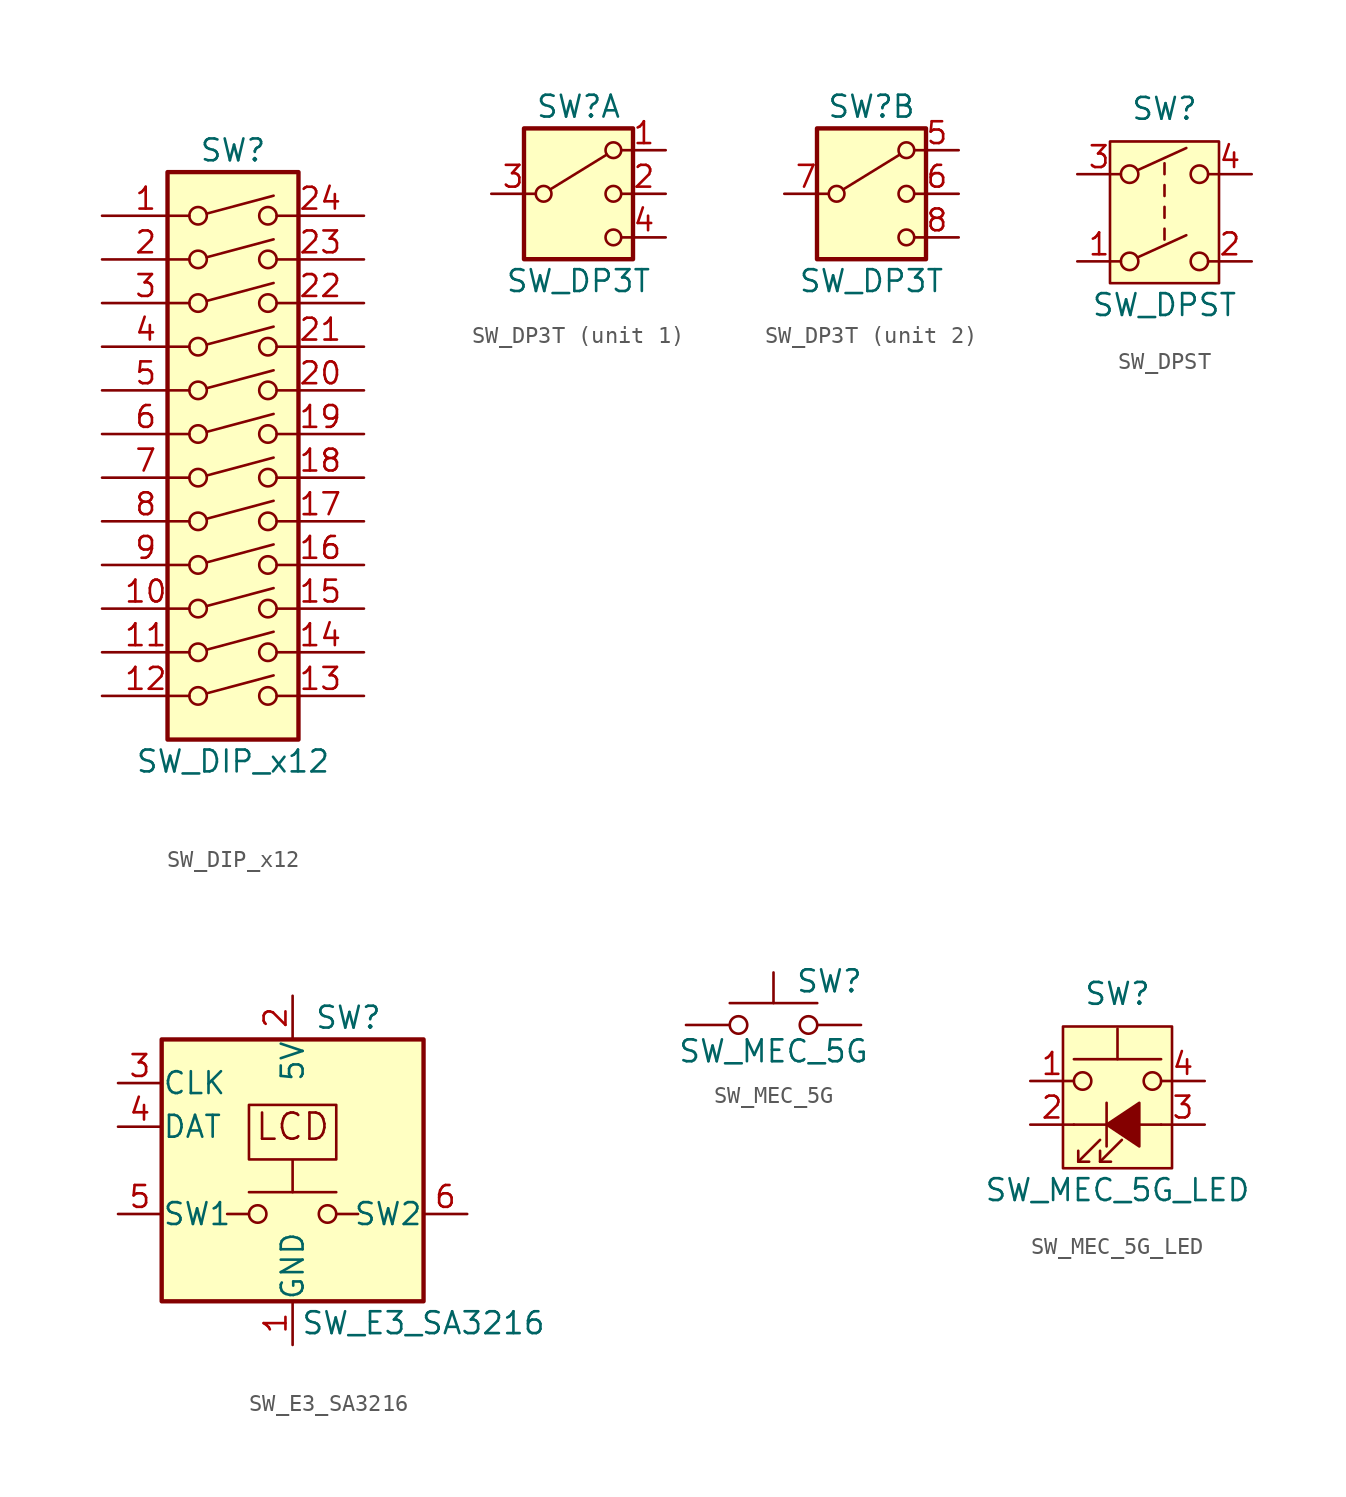
<source format=kicad_sym>
(kicad_symbol_lib
  (version 20231120)
  (generator "kicad_symbol_editor")
  (generator_version "8.0")
  (symbol "SW_DIP_x12"
    (pin_names
      (offset 0) hide)
    (property "Reference" "SW"
      (at 0 19.05 0)
      (effects (font (size 1.27 1.27))))
    (property "Value" "SW_DIP_x12"
      (at 0 -16.51 0)
      (effects (font (size 1.27 1.27))))
    (symbol "SW_DIP_x12_0_0"
      (circle (center -2.032 -12.7) (radius 0.508) (stroke (width 0) (type default)) (fill (type none)))
      (circle (center -2.032 -10.16) (radius 0.508) (stroke (width 0) (type default)) (fill (type none)))
      (circle (center -2.032 -7.62) (radius 0.508) (stroke (width 0) (type default)) (fill (type none)))
      (circle (center -2.032 -5.08) (radius 0.508) (stroke (width 0) (type default)) (fill (type none)))
      (circle (center -2.032 -2.54) (radius 0.508) (stroke (width 0) (type default)) (fill (type none)))
      (circle (center -2.032 0) (radius 0.508) (stroke (width 0) (type default)) (fill (type none)))
      (circle (center -2.032 2.54) (radius 0.508) (stroke (width 0) (type default)) (fill (type none)))
      (circle (center -2.032 5.08) (radius 0.508) (stroke (width 0) (type default)) (fill (type none)))
      (circle (center -2.032 7.62) (radius 0.508) (stroke (width 0) (type default)) (fill (type none)))
      (circle (center -2.032 10.16) (radius 0.508) (stroke (width 0) (type default)) (fill (type none)))
      (circle (center -2.032 12.7) (radius 0.508) (stroke (width 0) (type default)) (fill (type none)))
      (circle (center -2.032 15.24) (radius 0.508) (stroke (width 0) (type default)) (fill (type none)))
      (polyline (pts (xy -1.524 -12.548) (xy 2.362 -11.506)) (stroke (width 0) (type default)) (fill (type none)))
      (polyline (pts (xy -1.524 -10.008) (xy 2.362 -8.966)) (stroke (width 0) (type default)) (fill (type none)))
      (polyline (pts (xy -1.524 -7.468) (xy 2.362 -6.426)) (stroke (width 0) (type default)) (fill (type none)))
      (polyline (pts (xy -1.524 -4.928) (xy 2.362 -3.886)) (stroke (width 0) (type default)) (fill (type none)))
      (polyline (pts (xy -1.524 -2.388) (xy 2.362 -1.346)) (stroke (width 0) (type default)) (fill (type none)))
      (polyline (pts (xy -1.524 0.127) (xy 2.362 1.168)) (stroke (width 0) (type default)) (fill (type none)))
      (polyline (pts (xy -1.524 2.667) (xy 2.362 3.708)) (stroke (width 0) (type default)) (fill (type none)))
      (polyline (pts (xy -1.524 5.207) (xy 2.362 6.248)) (stroke (width 0) (type default)) (fill (type none)))
      (polyline (pts (xy -1.524 7.747) (xy 2.362 8.788)) (stroke (width 0) (type default)) (fill (type none)))
      (polyline (pts (xy -1.524 10.287) (xy 2.362 11.328)) (stroke (width 0) (type default)) (fill (type none)))
      (polyline (pts (xy -1.524 12.827) (xy 2.362 13.868)) (stroke (width 0) (type default)) (fill (type none)))
      (polyline (pts (xy -1.524 15.367) (xy 2.362 16.408)) (stroke (width 0) (type default)) (fill (type none)))
      (circle (center 2.032 -12.7) (radius 0.508) (stroke (width 0) (type default)) (fill (type none)))
      (circle (center 2.032 -10.16) (radius 0.508) (stroke (width 0) (type default)) (fill (type none)))
      (circle (center 2.032 -7.62) (radius 0.508) (stroke (width 0) (type default)) (fill (type none)))
      (circle (center 2.032 -5.08) (radius 0.508) (stroke (width 0) (type default)) (fill (type none)))
      (circle (center 2.032 -2.54) (radius 0.508) (stroke (width 0) (type default)) (fill (type none)))
      (circle (center 2.032 0) (radius 0.508) (stroke (width 0) (type default)) (fill (type none)))
      (circle (center 2.032 2.54) (radius 0.508) (stroke (width 0) (type default)) (fill (type none)))
      (circle (center 2.032 5.08) (radius 0.508) (stroke (width 0) (type default)) (fill (type none)))
      (circle (center 2.032 7.62) (radius 0.508) (stroke (width 0) (type default)) (fill (type none)))
      (circle (center 2.032 10.16) (radius 0.508) (stroke (width 0) (type default)) (fill (type none)))
      (circle (center 2.032 12.7) (radius 0.508) (stroke (width 0) (type default)) (fill (type none)))
      (circle (center 2.032 15.24) (radius 0.508) (stroke (width 0) (type default)) (fill (type none))))
    (symbol "SW_DIP_x12_1_1"
      (rectangle (start -3.81 17.78) (end 3.81 -15.24) (stroke (width 0.254) (type default)) (fill (type background)))
      (pin passive line (at -7.62 15.24 0) (length 5.08) (name "~" (effects (font (size 1.27 1.27)))) (number "1" (effects (font (size 1.27 1.27)))))
      (pin passive line (at -7.62 -7.62 0) (length 5.08) (name "~" (effects (font (size 1.27 1.27)))) (number "10" (effects (font (size 1.27 1.27)))))
      (pin passive line (at -7.62 -10.16 0) (length 5.08) (name "~" (effects (font (size 1.27 1.27)))) (number "11" (effects (font (size 1.27 1.27)))))
      (pin passive line (at -7.62 -12.7 0) (length 5.08) (name "~" (effects (font (size 1.27 1.27)))) (number "12" (effects (font (size 1.27 1.27)))))
      (pin passive line (at 7.62 -12.7 180) (length 5.08) (name "~" (effects (font (size 1.27 1.27)))) (number "13" (effects (font (size 1.27 1.27)))))
      (pin passive line (at 7.62 -10.16 180) (length 5.08) (name "~" (effects (font (size 1.27 1.27)))) (number "14" (effects (font (size 1.27 1.27)))))
      (pin passive line (at 7.62 -7.62 180) (length 5.08) (name "~" (effects (font (size 1.27 1.27)))) (number "15" (effects (font (size 1.27 1.27)))))
      (pin passive line (at 7.62 -5.08 180) (length 5.08) (name "~" (effects (font (size 1.27 1.27)))) (number "16" (effects (font (size 1.27 1.27)))))
      (pin passive line (at 7.62 -2.54 180) (length 5.08) (name "~" (effects (font (size 1.27 1.27)))) (number "17" (effects (font (size 1.27 1.27)))))
      (pin passive line (at 7.62 0 180) (length 5.08) (name "~" (effects (font (size 1.27 1.27)))) (number "18" (effects (font (size 1.27 1.27)))))
      (pin passive line (at 7.62 2.54 180) (length 5.08) (name "~" (effects (font (size 1.27 1.27)))) (number "19" (effects (font (size 1.27 1.27)))))
      (pin passive line (at -7.62 12.7 0) (length 5.08) (name "~" (effects (font (size 1.27 1.27)))) (number "2" (effects (font (size 1.27 1.27)))))
      (pin passive line (at 7.62 5.08 180) (length 5.08) (name "~" (effects (font (size 1.27 1.27)))) (number "20" (effects (font (size 1.27 1.27)))))
      (pin passive line (at 7.62 7.62 180) (length 5.08) (name "~" (effects (font (size 1.27 1.27)))) (number "21" (effects (font (size 1.27 1.27)))))
      (pin passive line (at 7.62 10.16 180) (length 5.08) (name "~" (effects (font (size 1.27 1.27)))) (number "22" (effects (font (size 1.27 1.27)))))
      (pin passive line (at 7.62 12.7 180) (length 5.08) (name "~" (effects (font (size 1.27 1.27)))) (number "23" (effects (font (size 1.27 1.27)))))
      (pin passive line (at 7.62 15.24 180) (length 5.08) (name "~" (effects (font (size 1.27 1.27)))) (number "24" (effects (font (size 1.27 1.27)))))
      (pin passive line (at -7.62 10.16 0) (length 5.08) (name "~" (effects (font (size 1.27 1.27)))) (number "3" (effects (font (size 1.27 1.27)))))
      (pin passive line (at -7.62 7.62 0) (length 5.08) (name "~" (effects (font (size 1.27 1.27)))) (number "4" (effects (font (size 1.27 1.27)))))
      (pin passive line (at -7.62 5.08 0) (length 5.08) (name "~" (effects (font (size 1.27 1.27)))) (number "5" (effects (font (size 1.27 1.27)))))
      (pin passive line (at -7.62 2.54 0) (length 5.08) (name "~" (effects (font (size 1.27 1.27)))) (number "6" (effects (font (size 1.27 1.27)))))
      (pin passive line (at -7.62 0 0) (length 5.08) (name "~" (effects (font (size 1.27 1.27)))) (number "7" (effects (font (size 1.27 1.27)))))
      (pin passive line (at -7.62 -2.54 0) (length 5.08) (name "~" (effects (font (size 1.27 1.27)))) (number "8" (effects (font (size 1.27 1.27)))))
      (pin passive line (at -7.62 -5.08 0) (length 5.08) (name "~" (effects (font (size 1.27 1.27)))) (number "9" (effects (font (size 1.27 1.27)))))))
  (symbol "SW_DP3T"
    (pin_names
      (offset 0) hide)
    (property "Reference" "SW"
      (at 0 5.08 0)
      (effects (font (size 1.27 1.27))))
    (property "Value" "SW_DP3T"
      (at 0 -5.08 0)
      (effects (font (size 1.27 1.27))))
    (symbol "SW_DP3T_0_1"
      (rectangle (start -3.175 3.81) (end 3.175 -3.81) (stroke (width 0.254) (type default)) (fill (type background)))
      (circle (center -2.032 0) (radius 0.457) (stroke (width 0) (type default)) (fill (type none)))
      (polyline (pts (xy -1.651 0.254) (xy 1.651 2.286)) (stroke (width 0) (type default)) (fill (type none)))
      (circle (center 2.032 -2.54) (radius 0.457) (stroke (width 0) (type default)) (fill (type none)))
      (circle (center 2.032 0) (radius 0.457) (stroke (width 0) (type default)) (fill (type none)))
      (circle (center 2.032 2.54) (radius 0.457) (stroke (width 0) (type default)) (fill (type none))))
    (symbol "SW_DP3T_1_1"
      (pin passive line (at 5.08 2.54 180) (length 2.54) (name "1" (effects (font (size 1.27 1.27)))) (number "1" (effects (font (size 1.27 1.27)))))
      (pin passive line (at 5.08 0 180) (length 2.54) (name "2" (effects (font (size 1.27 1.27)))) (number "2" (effects (font (size 1.27 1.27)))))
      (pin passive line (at -5.08 0 0) (length 2.54) (name "3" (effects (font (size 1.27 1.27)))) (number "3" (effects (font (size 1.27 1.27)))))
      (pin passive line (at 5.08 -2.54 180) (length 2.54) (name "4" (effects (font (size 1.27 1.27)))) (number "4" (effects (font (size 1.27 1.27))))))
    (symbol "SW_DP3T_2_1"
      (pin passive line (at 5.08 2.54 180) (length 2.54) (name "5" (effects (font (size 1.27 1.27)))) (number "5" (effects (font (size 1.27 1.27)))))
      (pin passive line (at 5.08 0 180) (length 2.54) (name "6" (effects (font (size 1.27 1.27)))) (number "6" (effects (font (size 1.27 1.27)))))
      (pin passive line (at -5.08 0 0) (length 2.54) (name "7" (effects (font (size 1.27 1.27)))) (number "7" (effects (font (size 1.27 1.27)))))
      (pin passive line (at 5.08 -2.54 180) (length 2.54) (name "8" (effects (font (size 1.27 1.27)))) (number "8" (effects (font (size 1.27 1.27)))))))
  (symbol "SW_DPST"
    (pin_names
      (offset 0) hide)
    (property "Reference" "SW"
      (at 0 6.35 0)
      (effects (font (size 1.27 1.27))))
    (property "Value" "SW_DPST"
      (at 0 -5.08 0)
      (effects (font (size 1.27 1.27))))
    (symbol "SW_DPST_0_0"
      (circle (center -2.032 -2.54) (radius 0.508) (stroke (width 0) (type default)) (fill (type none)))
      (circle (center -2.032 2.54) (radius 0.508) (stroke (width 0) (type default)) (fill (type none)))
      (polyline (pts (xy -1.524 -2.286) (xy 1.27 -1.016)) (stroke (width 0) (type default)) (fill (type none)))
      (polyline (pts (xy -1.524 2.794) (xy 1.27 4.064)) (stroke (width 0) (type default)) (fill (type none)))
      (polyline (pts (xy 0 -1.27) (xy 0 -0.635)) (stroke (width 0) (type default)) (fill (type none)))
      (polyline (pts (xy 0 0) (xy 0 0.635)) (stroke (width 0) (type default)) (fill (type none)))
      (polyline (pts (xy 0 1.27) (xy 0 1.905)) (stroke (width 0) (type default)) (fill (type none)))
      (polyline (pts (xy 0 2.54) (xy 0 3.175)) (stroke (width 0) (type default)) (fill (type none)))
      (circle (center 2.032 -2.54) (radius 0.508) (stroke (width 0) (type default)) (fill (type none)))
      (circle (center 2.032 2.54) (radius 0.508) (stroke (width 0) (type default)) (fill (type none))))
    (symbol "SW_DPST_1_1"
      (rectangle (start -3.175 4.445) (end 3.175 -3.81) (stroke (width 0) (type default)) (fill (type background)))
      (pin passive line (at -5.08 -2.54 0) (length 2.54) (name "1" (effects (font (size 1.27 1.27)))) (number "1" (effects (font (size 1.27 1.27)))))
      (pin passive line (at 5.08 -2.54 180) (length 2.54) (name "2" (effects (font (size 1.27 1.27)))) (number "2" (effects (font (size 1.27 1.27)))))
      (pin passive line (at -5.08 2.54 0) (length 2.54) (name "3" (effects (font (size 1.27 1.27)))) (number "3" (effects (font (size 1.27 1.27)))))
      (pin passive line (at 5.08 2.54 180) (length 2.54) (name "4" (effects (font (size 1.27 1.27)))) (number "4" (effects (font (size 1.27 1.27)))))))
  (symbol "SW_E3_SA3216"
    (pin_names
      (offset 0.025))
    (property "Reference" "SW"
      (at 1.27 8.89 0)
      (effects (font (size 1.27 1.27)) (justify left)))
    (property "Value" "SW_E3_SA3216"
      (at 7.62 -8.89 0)
      (effects (font (size 1.27 1.27))))
    (symbol "SW_E3_SA3216_0_0"
      (rectangle (start -7.62 7.62) (end 7.62 -7.62) (stroke (width 0.254) (type default)) (fill (type background)))
      (polyline (pts (xy -2.54 -2.54) (xy -3.81 -2.54)) (stroke (width 0) (type default)) (fill (type none)))
      (polyline (pts (xy 2.54 -2.54) (xy 3.81 -2.54)) (stroke (width 0) (type default)) (fill (type none)))
      (text "LCD" (at 0 2.54 0) (effects (font (size 1.524 1.524)))))
    (symbol "SW_E3_SA3216_0_1"
      (circle (center -2.032 -2.54) (radius 0.508) (stroke (width 0) (type default)) (fill (type none)))
      (polyline (pts (xy 2.54 -1.27) (xy -2.54 -1.27)) (stroke (width 0) (type default)) (fill (type none)))
      (polyline (pts (xy 0 -1.27) (xy 0 0.635) (xy -2.54 0.635) (xy -2.54 3.81) (xy 2.54 3.81) (xy 2.54 0.635) (xy 0 0.635)) (stroke (width 0) (type default)) (fill (type none)))
      (circle (center 2.032 -2.54) (radius 0.508) (stroke (width 0) (type default)) (fill (type none)))
      (pin power_in line (at 0 -10.16 90) (length 2.54) (name "GND" (effects (font (size 1.27 1.27)))) (number "1" (effects (font (size 1.27 1.27)))))
      (pin power_in line (at 0 10.16 270) (length 2.54) (name "5V" (effects (font (size 1.27 1.27)))) (number "2" (effects (font (size 1.27 1.27)))))
      (pin input line (at -10.16 5.08 0) (length 2.54) (name "CLK" (effects (font (size 1.27 1.27)))) (number "3" (effects (font (size 1.27 1.27)))))
      (pin input line (at -10.16 2.54 0) (length 2.54) (name "DAT" (effects (font (size 1.27 1.27)))) (number "4" (effects (font (size 1.27 1.27))))))
    (symbol "SW_E3_SA3216_1_1"
      (pin passive line (at -10.16 -2.54 0) (length 2.54) (name "SW1" (effects (font (size 1.27 1.27)))) (number "5" (effects (font (size 1.27 1.27)))))
      (pin passive line (at 10.16 -2.54 180) (length 2.54) (name "SW2" (effects (font (size 1.27 1.27)))) (number "6" (effects (font (size 1.27 1.27)))))))
  (symbol "SW_MEC_5G"
    (pin_numbers hide)
    (pin_names
      (offset 1.016) hide)
    (property "Reference" "SW"
      (at 1.27 2.54 0)
      (effects (font (size 1.27 1.27)) (justify left)))
    (property "Value" "SW_MEC_5G"
      (at 0 -1.524 0)
      (effects (font (size 1.27 1.27))))
    (symbol "SW_MEC_5G_0_1"
      (circle (center -2.032 0) (radius 0.508) (stroke (width 0) (type default)) (fill (type none)))
      (polyline (pts (xy 0 1.27) (xy 0 3.048)) (stroke (width 0) (type default)) (fill (type none)))
      (polyline (pts (xy 2.54 1.27) (xy -2.54 1.27)) (stroke (width 0) (type default)) (fill (type none)))
      (circle (center 2.032 0) (radius 0.508) (stroke (width 0) (type default)) (fill (type none)))
      (pin passive line (at -5.08 0 0) (length 2.54) (name "A" (effects (font (size 1.27 1.27)))) (number "1" (effects (font (size 1.27 1.27)))))
      (pin passive line (at 5.08 0 180) (length 2.54) (name "B" (effects (font (size 1.27 1.27)))) (number "3" (effects (font (size 1.27 1.27))))))
    (symbol "SW_MEC_5G_1_1"
      (pin passive line (at -5.08 0 0) (length 2.54) hide (name "A" (effects (font (size 1.27 1.27)))) (number "2" (effects (font (size 1.27 1.27)))))
      (pin passive line (at 5.08 0 180) (length 2.54) hide (name "B" (effects (font (size 1.27 1.27)))) (number "4" (effects (font (size 1.27 1.27)))))))
  (symbol "SW_MEC_5G_LED"
    (pin_names
      (offset 1.016) hide)
    (property "Reference" "SW"
      (at 0 7.62 0)
      (effects (font (size 1.27 1.27))))
    (property "Value" "SW_MEC_5G_LED"
      (at 0 -3.81 0)
      (effects (font (size 1.27 1.27))))
    (symbol "SW_MEC_5G_LED_0_0"
      (polyline (pts (xy -2.54 0) (xy 2.54 0)) (stroke (width 0) (type default)) (fill (type none)))
      (polyline (pts (xy -2.286 -2.159) (xy -1.016 -0.889)) (stroke (width 0) (type default)) (fill (type none)))
      (polyline (pts (xy -1.016 -2.159) (xy 0.254 -0.889)) (stroke (width 0) (type default)) (fill (type none)))
      (polyline (pts (xy -0.635 1.27) (xy -0.635 -1.27)) (stroke (width 0) (type default)) (fill (type none)))
      (polyline (pts (xy -2.286 -1.524) (xy -2.286 -2.159) (xy -1.651 -2.159)) (stroke (width 0) (type default)) (fill (type none)))
      (polyline (pts (xy -1.016 -1.524) (xy -1.016 -2.159) (xy -0.381 -2.159)) (stroke (width 0) (type default)) (fill (type none)))
      (polyline (pts (xy -0.635 0) (xy 1.27 1.27) (xy 1.27 -1.27) (xy -0.635 0)) (stroke (width 0) (type default)) (fill (type outline))))
    (symbol "SW_MEC_5G_LED_0_1"
      (circle (center -2.032 2.54) (radius 0.508) (stroke (width 0) (type default)) (fill (type none)))
      (polyline (pts (xy 0 3.81) (xy 0 5.588)) (stroke (width 0) (type default)) (fill (type none)))
      (polyline (pts (xy 2.54 3.81) (xy -2.54 3.81)) (stroke (width 0) (type default)) (fill (type none)))
      (circle (center 2.032 2.54) (radius 0.508) (stroke (width 0) (type default)) (fill (type none)))
      (pin passive line (at -5.08 2.54 0) (length 2.54) (name "1" (effects (font (size 1.27 1.27)))) (number "1" (effects (font (size 1.27 1.27)))))
      (pin passive line (at -5.08 0 0) (length 2.54) (name "2" (effects (font (size 1.27 1.27)))) (number "2" (effects (font (size 1.27 1.27)))))
      (pin passive line (at 5.08 0 180) (length 2.54) (name "K" (effects (font (size 1.27 1.27)))) (number "3" (effects (font (size 1.27 1.27)))))
      (pin passive line (at 5.08 2.54 180) (length 2.54) (name "A" (effects (font (size 1.27 1.27)))) (number "4" (effects (font (size 1.27 1.27))))))
    (symbol "SW_MEC_5G_LED_1_1"
      (rectangle (start -3.175 5.715) (end 3.175 -2.54) (stroke (width 0) (type default)) (fill (type background))))))
</source>
